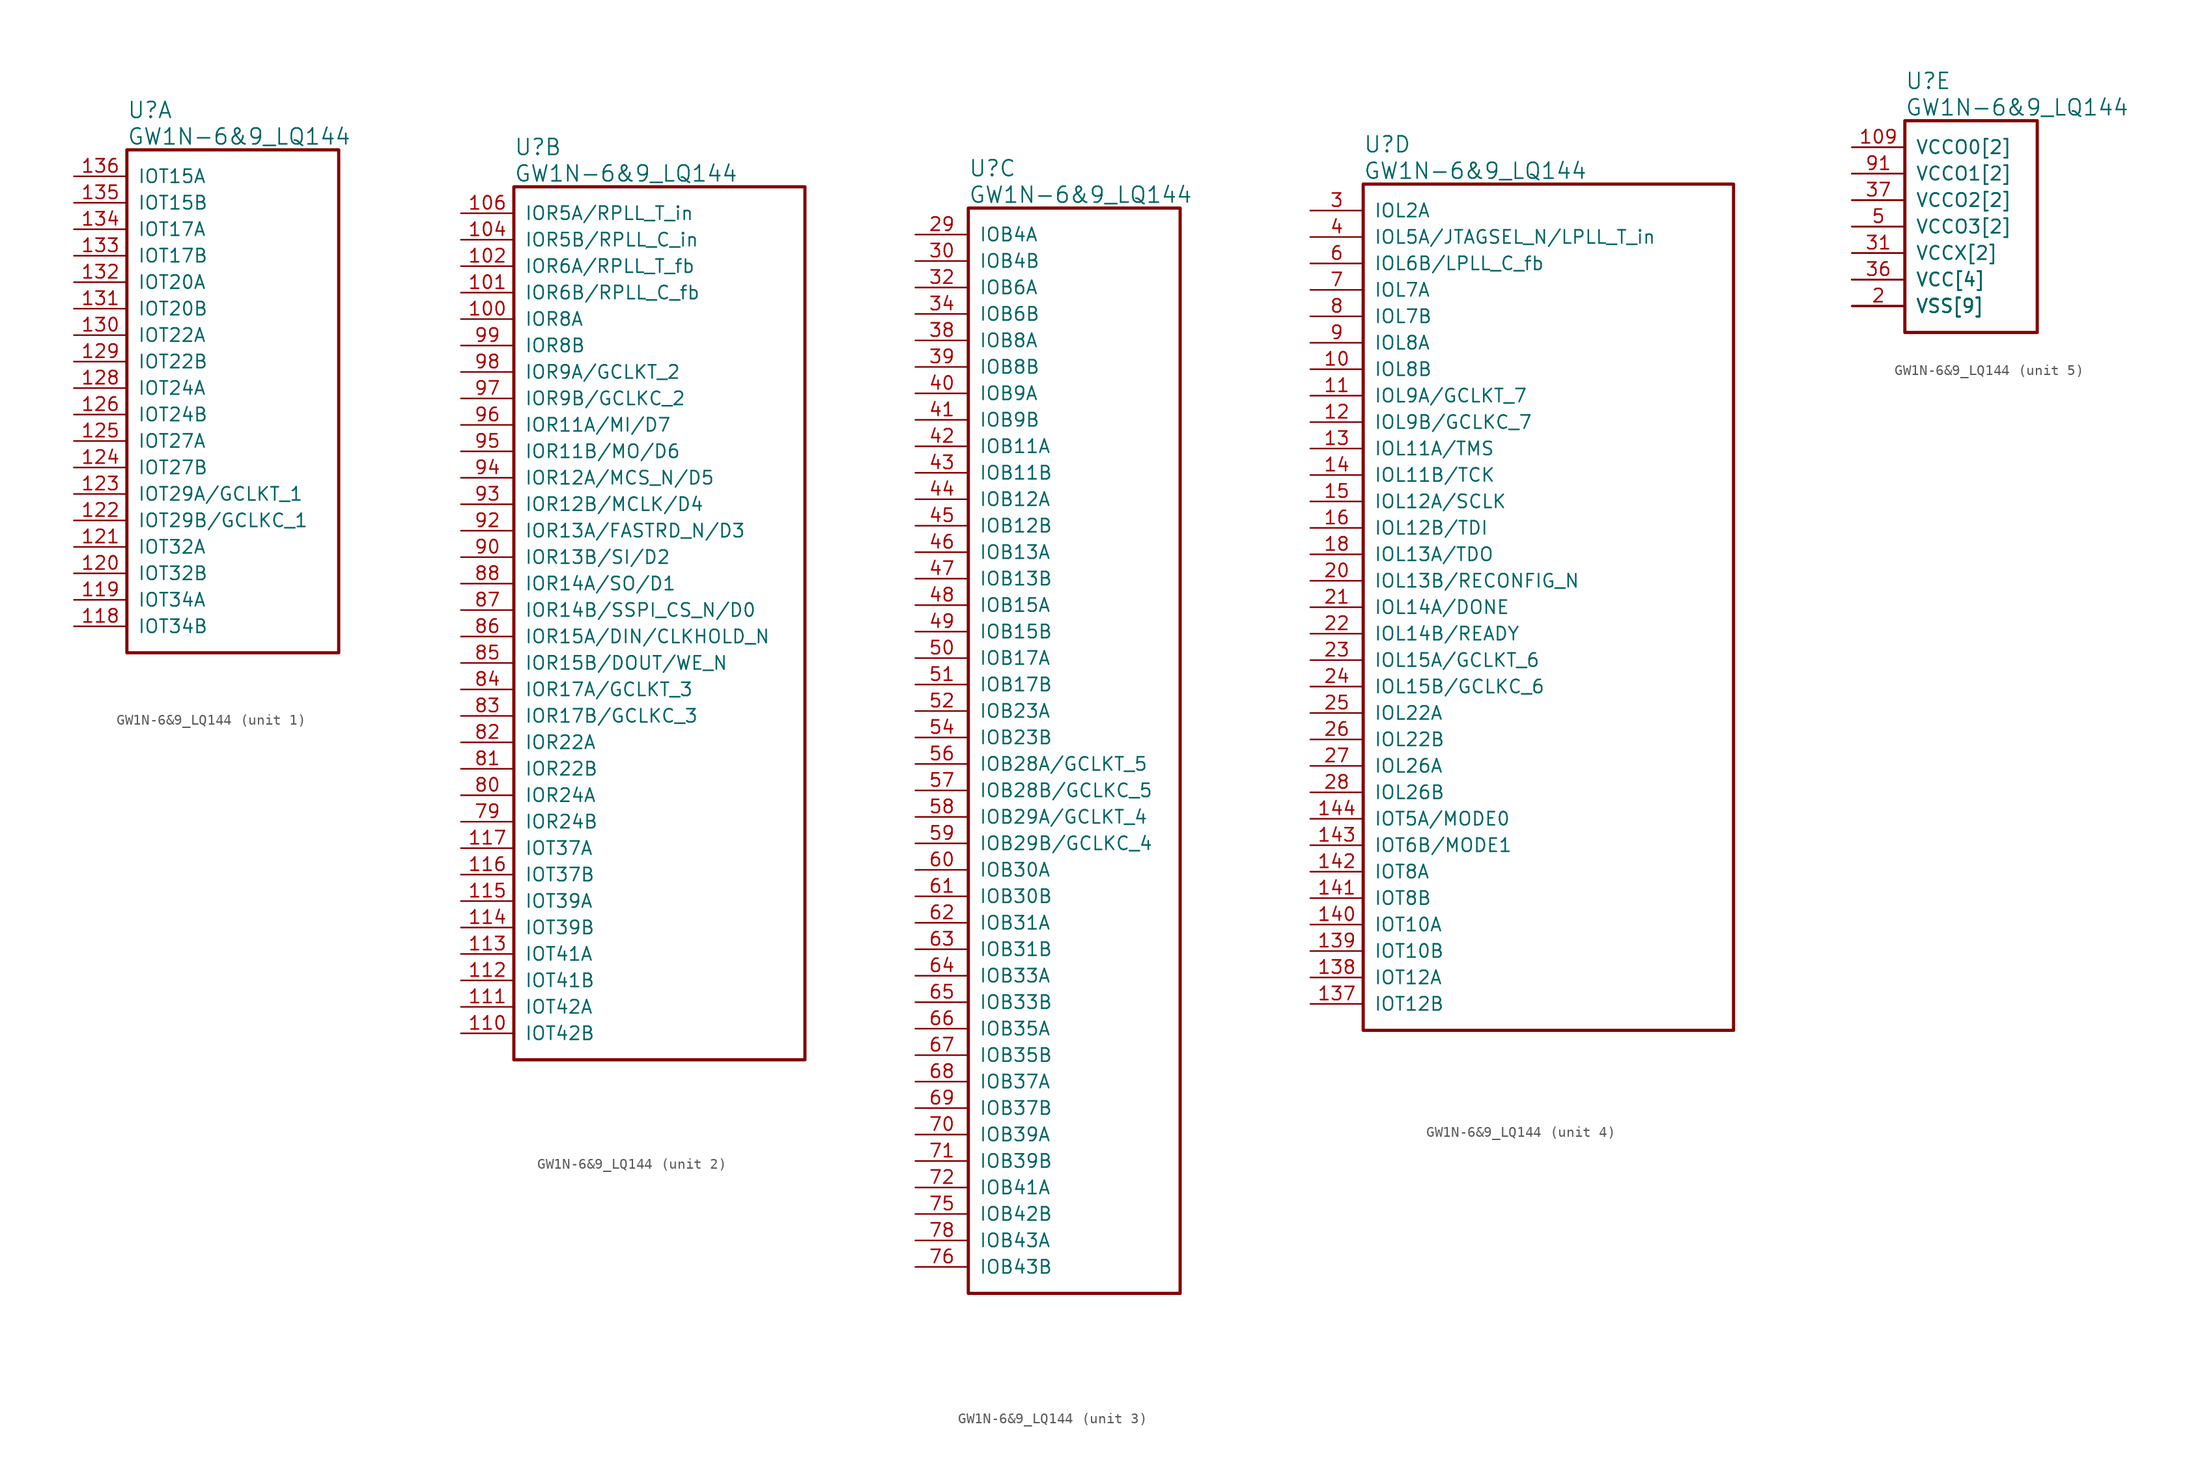
<source format=kicad_sym>
(kicad_symbol_lib
  (version 20211014)
  (generator kicad_symbol_editor)
  (symbol "GW1N-6&9_LQ144"
    (pin_names
      (offset 1.016))
    (property "Reference" "U"
      (at 5.08 6.35 0)
      (effects (font (size 1.524 1.524)) (justify left)))
    (property "Value" "GW1N-6&9_LQ144"
      (at 5.08 3.81 0)
      (effects (font (size 1.524 1.524)) (justify left)))
    (property "ki_locked" ""
      (at 0 0 0)
      (effects (font (size 1.27 1.27))))
    (symbol "GW1N-6&9_LQ144_1_1"
      (rectangle (start 5.08 2.54) (end 25.4 -45.72) (stroke (width 0.305) (type default) (color 0 0 0 0)) (fill (type none)))
      (pin bidirectional line (at 0 -43.18 0) (length 5.08) (name "IOT34B" (effects (font (size 1.27 1.27)))) (number "118" (effects (font (size 1.27 1.27)))))
      (pin bidirectional line (at 0 -40.64 0) (length 5.08) (name "IOT34A" (effects (font (size 1.27 1.27)))) (number "119" (effects (font (size 1.27 1.27)))))
      (pin bidirectional line (at 0 -38.1 0) (length 5.08) (name "IOT32B" (effects (font (size 1.27 1.27)))) (number "120" (effects (font (size 1.27 1.27)))))
      (pin bidirectional line (at 0 -35.56 0) (length 5.08) (name "IOT32A" (effects (font (size 1.27 1.27)))) (number "121" (effects (font (size 1.27 1.27)))))
      (pin bidirectional line (at 0 -33.02 0) (length 5.08) (name "IOT29B/GCLKC_1" (effects (font (size 1.27 1.27)))) (number "122" (effects (font (size 1.27 1.27)))))
      (pin bidirectional line (at 0 -30.48 0) (length 5.08) (name "IOT29A/GCLKT_1" (effects (font (size 1.27 1.27)))) (number "123" (effects (font (size 1.27 1.27)))))
      (pin bidirectional line (at 0 -27.94 0) (length 5.08) (name "IOT27B" (effects (font (size 1.27 1.27)))) (number "124" (effects (font (size 1.27 1.27)))))
      (pin bidirectional line (at 0 -25.4 0) (length 5.08) (name "IOT27A" (effects (font (size 1.27 1.27)))) (number "125" (effects (font (size 1.27 1.27)))))
      (pin bidirectional line (at 0 -22.86 0) (length 5.08) (name "IOT24B" (effects (font (size 1.27 1.27)))) (number "126" (effects (font (size 1.27 1.27)))))
      (pin bidirectional line (at 0 -20.32 0) (length 5.08) (name "IOT24A" (effects (font (size 1.27 1.27)))) (number "128" (effects (font (size 1.27 1.27)))))
      (pin bidirectional line (at 0 -17.78 0) (length 5.08) (name "IOT22B" (effects (font (size 1.27 1.27)))) (number "129" (effects (font (size 1.27 1.27)))))
      (pin bidirectional line (at 0 -15.24 0) (length 5.08) (name "IOT22A" (effects (font (size 1.27 1.27)))) (number "130" (effects (font (size 1.27 1.27)))))
      (pin bidirectional line (at 0 -12.7 0) (length 5.08) (name "IOT20B" (effects (font (size 1.27 1.27)))) (number "131" (effects (font (size 1.27 1.27)))))
      (pin bidirectional line (at 0 -10.16 0) (length 5.08) (name "IOT20A" (effects (font (size 1.27 1.27)))) (number "132" (effects (font (size 1.27 1.27)))))
      (pin bidirectional line (at 0 -7.62 0) (length 5.08) (name "IOT17B" (effects (font (size 1.27 1.27)))) (number "133" (effects (font (size 1.27 1.27)))))
      (pin bidirectional line (at 0 -5.08 0) (length 5.08) (name "IOT17A" (effects (font (size 1.27 1.27)))) (number "134" (effects (font (size 1.27 1.27)))))
      (pin bidirectional line (at 0 -2.54 0) (length 5.08) (name "IOT15B" (effects (font (size 1.27 1.27)))) (number "135" (effects (font (size 1.27 1.27)))))
      (pin bidirectional line (at 0 0 0) (length 5.08) (name "IOT15A" (effects (font (size 1.27 1.27)))) (number "136" (effects (font (size 1.27 1.27))))))
    (symbol "GW1N-6&9_LQ144_2_1"
      (rectangle (start 5.08 2.54) (end 33.02 -81.28) (stroke (width 0.305) (type default) (color 0 0 0 0)) (fill (type none)))
      (pin bidirectional line (at 0 -10.16 0) (length 5.08) (name "IOR8A" (effects (font (size 1.27 1.27)))) (number "100" (effects (font (size 1.27 1.27)))))
      (pin bidirectional line (at 0 -7.62 0) (length 5.08) (name "IOR6B/RPLL_C_fb" (effects (font (size 1.27 1.27)))) (number "101" (effects (font (size 1.27 1.27)))))
      (pin bidirectional line (at 0 -5.08 0) (length 5.08) (name "IOR6A/RPLL_T_fb" (effects (font (size 1.27 1.27)))) (number "102" (effects (font (size 1.27 1.27)))))
      (pin bidirectional line (at 0 -2.54 0) (length 5.08) (name "IOR5B/RPLL_C_in" (effects (font (size 1.27 1.27)))) (number "104" (effects (font (size 1.27 1.27)))))
      (pin bidirectional line (at 0 0 0) (length 5.08) (name "IOR5A/RPLL_T_in" (effects (font (size 1.27 1.27)))) (number "106" (effects (font (size 1.27 1.27)))))
      (pin bidirectional line (at 0 -78.74 0) (length 5.08) (name "IOT42B" (effects (font (size 1.27 1.27)))) (number "110" (effects (font (size 1.27 1.27)))))
      (pin bidirectional line (at 0 -76.2 0) (length 5.08) (name "IOT42A" (effects (font (size 1.27 1.27)))) (number "111" (effects (font (size 1.27 1.27)))))
      (pin bidirectional line (at 0 -73.66 0) (length 5.08) (name "IOT41B" (effects (font (size 1.27 1.27)))) (number "112" (effects (font (size 1.27 1.27)))))
      (pin bidirectional line (at 0 -71.12 0) (length 5.08) (name "IOT41A" (effects (font (size 1.27 1.27)))) (number "113" (effects (font (size 1.27 1.27)))))
      (pin bidirectional line (at 0 -68.58 0) (length 5.08) (name "IOT39B" (effects (font (size 1.27 1.27)))) (number "114" (effects (font (size 1.27 1.27)))))
      (pin bidirectional line (at 0 -66.04 0) (length 5.08) (name "IOT39A" (effects (font (size 1.27 1.27)))) (number "115" (effects (font (size 1.27 1.27)))))
      (pin bidirectional line (at 0 -63.5 0) (length 5.08) (name "IOT37B" (effects (font (size 1.27 1.27)))) (number "116" (effects (font (size 1.27 1.27)))))
      (pin bidirectional line (at 0 -60.96 0) (length 5.08) (name "IOT37A" (effects (font (size 1.27 1.27)))) (number "117" (effects (font (size 1.27 1.27)))))
      (pin bidirectional line (at 0 -58.42 0) (length 5.08) (name "IOR24B" (effects (font (size 1.27 1.27)))) (number "79" (effects (font (size 1.27 1.27)))))
      (pin bidirectional line (at 0 -55.88 0) (length 5.08) (name "IOR24A" (effects (font (size 1.27 1.27)))) (number "80" (effects (font (size 1.27 1.27)))))
      (pin bidirectional line (at 0 -53.34 0) (length 5.08) (name "IOR22B" (effects (font (size 1.27 1.27)))) (number "81" (effects (font (size 1.27 1.27)))))
      (pin bidirectional line (at 0 -50.8 0) (length 5.08) (name "IOR22A" (effects (font (size 1.27 1.27)))) (number "82" (effects (font (size 1.27 1.27)))))
      (pin bidirectional line (at 0 -48.26 0) (length 5.08) (name "IOR17B/GCLKC_3" (effects (font (size 1.27 1.27)))) (number "83" (effects (font (size 1.27 1.27)))))
      (pin bidirectional line (at 0 -45.72 0) (length 5.08) (name "IOR17A/GCLKT_3" (effects (font (size 1.27 1.27)))) (number "84" (effects (font (size 1.27 1.27)))))
      (pin bidirectional line (at 0 -43.18 0) (length 5.08) (name "IOR15B/DOUT/WE_N" (effects (font (size 1.27 1.27)))) (number "85" (effects (font (size 1.27 1.27)))))
      (pin bidirectional line (at 0 -40.64 0) (length 5.08) (name "IOR15A/DIN/CLKHOLD_N" (effects (font (size 1.27 1.27)))) (number "86" (effects (font (size 1.27 1.27)))))
      (pin bidirectional line (at 0 -38.1 0) (length 5.08) (name "IOR14B/SSPI_CS_N/D0" (effects (font (size 1.27 1.27)))) (number "87" (effects (font (size 1.27 1.27)))))
      (pin bidirectional line (at 0 -35.56 0) (length 5.08) (name "IOR14A/SO/D1" (effects (font (size 1.27 1.27)))) (number "88" (effects (font (size 1.27 1.27)))))
      (pin bidirectional line (at 0 -33.02 0) (length 5.08) (name "IOR13B/SI/D2" (effects (font (size 1.27 1.27)))) (number "90" (effects (font (size 1.27 1.27)))))
      (pin bidirectional line (at 0 -30.48 0) (length 5.08) (name "IOR13A/FASTRD_N/D3" (effects (font (size 1.27 1.27)))) (number "92" (effects (font (size 1.27 1.27)))))
      (pin bidirectional line (at 0 -27.94 0) (length 5.08) (name "IOR12B/MCLK/D4" (effects (font (size 1.27 1.27)))) (number "93" (effects (font (size 1.27 1.27)))))
      (pin bidirectional line (at 0 -25.4 0) (length 5.08) (name "IOR12A/MCS_N/D5" (effects (font (size 1.27 1.27)))) (number "94" (effects (font (size 1.27 1.27)))))
      (pin bidirectional line (at 0 -22.86 0) (length 5.08) (name "IOR11B/MO/D6" (effects (font (size 1.27 1.27)))) (number "95" (effects (font (size 1.27 1.27)))))
      (pin bidirectional line (at 0 -20.32 0) (length 5.08) (name "IOR11A/MI/D7" (effects (font (size 1.27 1.27)))) (number "96" (effects (font (size 1.27 1.27)))))
      (pin bidirectional line (at 0 -17.78 0) (length 5.08) (name "IOR9B/GCLKC_2" (effects (font (size 1.27 1.27)))) (number "97" (effects (font (size 1.27 1.27)))))
      (pin bidirectional line (at 0 -15.24 0) (length 5.08) (name "IOR9A/GCLKT_2" (effects (font (size 1.27 1.27)))) (number "98" (effects (font (size 1.27 1.27)))))
      (pin bidirectional line (at 0 -12.7 0) (length 5.08) (name "IOR8B" (effects (font (size 1.27 1.27)))) (number "99" (effects (font (size 1.27 1.27))))))
    (symbol "GW1N-6&9_LQ144_3_1"
      (rectangle (start 5.08 2.54) (end 25.4 -101.6) (stroke (width 0.305) (type default) (color 0 0 0 0)) (fill (type none)))
      (pin bidirectional line (at 0 0 0) (length 5.08) (name "IOB4A" (effects (font (size 1.27 1.27)))) (number "29" (effects (font (size 1.27 1.27)))))
      (pin bidirectional line (at 0 -2.54 0) (length 5.08) (name "IOB4B" (effects (font (size 1.27 1.27)))) (number "30" (effects (font (size 1.27 1.27)))))
      (pin bidirectional line (at 0 -5.08 0) (length 5.08) (name "IOB6A" (effects (font (size 1.27 1.27)))) (number "32" (effects (font (size 1.27 1.27)))))
      (pin bidirectional line (at 0 -7.62 0) (length 5.08) (name "IOB6B" (effects (font (size 1.27 1.27)))) (number "34" (effects (font (size 1.27 1.27)))))
      (pin bidirectional line (at 0 -10.16 0) (length 5.08) (name "IOB8A" (effects (font (size 1.27 1.27)))) (number "38" (effects (font (size 1.27 1.27)))))
      (pin bidirectional line (at 0 -12.7 0) (length 5.08) (name "IOB8B" (effects (font (size 1.27 1.27)))) (number "39" (effects (font (size 1.27 1.27)))))
      (pin bidirectional line (at 0 -15.24 0) (length 5.08) (name "IOB9A" (effects (font (size 1.27 1.27)))) (number "40" (effects (font (size 1.27 1.27)))))
      (pin bidirectional line (at 0 -17.78 0) (length 5.08) (name "IOB9B" (effects (font (size 1.27 1.27)))) (number "41" (effects (font (size 1.27 1.27)))))
      (pin bidirectional line (at 0 -20.32 0) (length 5.08) (name "IOB11A" (effects (font (size 1.27 1.27)))) (number "42" (effects (font (size 1.27 1.27)))))
      (pin bidirectional line (at 0 -22.86 0) (length 5.08) (name "IOB11B" (effects (font (size 1.27 1.27)))) (number "43" (effects (font (size 1.27 1.27)))))
      (pin bidirectional line (at 0 -25.4 0) (length 5.08) (name "IOB12A" (effects (font (size 1.27 1.27)))) (number "44" (effects (font (size 1.27 1.27)))))
      (pin bidirectional line (at 0 -27.94 0) (length 5.08) (name "IOB12B" (effects (font (size 1.27 1.27)))) (number "45" (effects (font (size 1.27 1.27)))))
      (pin bidirectional line (at 0 -30.48 0) (length 5.08) (name "IOB13A" (effects (font (size 1.27 1.27)))) (number "46" (effects (font (size 1.27 1.27)))))
      (pin bidirectional line (at 0 -33.02 0) (length 5.08) (name "IOB13B" (effects (font (size 1.27 1.27)))) (number "47" (effects (font (size 1.27 1.27)))))
      (pin bidirectional line (at 0 -35.56 0) (length 5.08) (name "IOB15A" (effects (font (size 1.27 1.27)))) (number "48" (effects (font (size 1.27 1.27)))))
      (pin bidirectional line (at 0 -38.1 0) (length 5.08) (name "IOB15B" (effects (font (size 1.27 1.27)))) (number "49" (effects (font (size 1.27 1.27)))))
      (pin bidirectional line (at 0 -40.64 0) (length 5.08) (name "IOB17A" (effects (font (size 1.27 1.27)))) (number "50" (effects (font (size 1.27 1.27)))))
      (pin bidirectional line (at 0 -43.18 0) (length 5.08) (name "IOB17B" (effects (font (size 1.27 1.27)))) (number "51" (effects (font (size 1.27 1.27)))))
      (pin bidirectional line (at 0 -45.72 0) (length 5.08) (name "IOB23A" (effects (font (size 1.27 1.27)))) (number "52" (effects (font (size 1.27 1.27)))))
      (pin bidirectional line (at 0 -48.26 0) (length 5.08) (name "IOB23B" (effects (font (size 1.27 1.27)))) (number "54" (effects (font (size 1.27 1.27)))))
      (pin bidirectional line (at 0 -50.8 0) (length 5.08) (name "IOB28A/GCLKT_5" (effects (font (size 1.27 1.27)))) (number "56" (effects (font (size 1.27 1.27)))))
      (pin bidirectional line (at 0 -53.34 0) (length 5.08) (name "IOB28B/GCLKC_5" (effects (font (size 1.27 1.27)))) (number "57" (effects (font (size 1.27 1.27)))))
      (pin bidirectional line (at 0 -55.88 0) (length 5.08) (name "IOB29A/GCLKT_4" (effects (font (size 1.27 1.27)))) (number "58" (effects (font (size 1.27 1.27)))))
      (pin bidirectional line (at 0 -58.42 0) (length 5.08) (name "IOB29B/GCLKC_4" (effects (font (size 1.27 1.27)))) (number "59" (effects (font (size 1.27 1.27)))))
      (pin bidirectional line (at 0 -60.96 0) (length 5.08) (name "IOB30A" (effects (font (size 1.27 1.27)))) (number "60" (effects (font (size 1.27 1.27)))))
      (pin bidirectional line (at 0 -63.5 0) (length 5.08) (name "IOB30B" (effects (font (size 1.27 1.27)))) (number "61" (effects (font (size 1.27 1.27)))))
      (pin bidirectional line (at 0 -66.04 0) (length 5.08) (name "IOB31A" (effects (font (size 1.27 1.27)))) (number "62" (effects (font (size 1.27 1.27)))))
      (pin bidirectional line (at 0 -68.58 0) (length 5.08) (name "IOB31B" (effects (font (size 1.27 1.27)))) (number "63" (effects (font (size 1.27 1.27)))))
      (pin bidirectional line (at 0 -71.12 0) (length 5.08) (name "IOB33A" (effects (font (size 1.27 1.27)))) (number "64" (effects (font (size 1.27 1.27)))))
      (pin bidirectional line (at 0 -73.66 0) (length 5.08) (name "IOB33B" (effects (font (size 1.27 1.27)))) (number "65" (effects (font (size 1.27 1.27)))))
      (pin bidirectional line (at 0 -76.2 0) (length 5.08) (name "IOB35A" (effects (font (size 1.27 1.27)))) (number "66" (effects (font (size 1.27 1.27)))))
      (pin bidirectional line (at 0 -78.74 0) (length 5.08) (name "IOB35B" (effects (font (size 1.27 1.27)))) (number "67" (effects (font (size 1.27 1.27)))))
      (pin bidirectional line (at 0 -81.28 0) (length 5.08) (name "IOB37A" (effects (font (size 1.27 1.27)))) (number "68" (effects (font (size 1.27 1.27)))))
      (pin bidirectional line (at 0 -83.82 0) (length 5.08) (name "IOB37B" (effects (font (size 1.27 1.27)))) (number "69" (effects (font (size 1.27 1.27)))))
      (pin bidirectional line (at 0 -86.36 0) (length 5.08) (name "IOB39A" (effects (font (size 1.27 1.27)))) (number "70" (effects (font (size 1.27 1.27)))))
      (pin bidirectional line (at 0 -88.9 0) (length 5.08) (name "IOB39B" (effects (font (size 1.27 1.27)))) (number "71" (effects (font (size 1.27 1.27)))))
      (pin bidirectional line (at 0 -91.44 0) (length 5.08) (name "IOB41A" (effects (font (size 1.27 1.27)))) (number "72" (effects (font (size 1.27 1.27)))))
      (pin bidirectional line (at 0 -93.98 0) (length 5.08) (name "IOB42B" (effects (font (size 1.27 1.27)))) (number "75" (effects (font (size 1.27 1.27)))))
      (pin bidirectional line (at 0 -99.06 0) (length 5.08) (name "IOB43B" (effects (font (size 1.27 1.27)))) (number "76" (effects (font (size 1.27 1.27)))))
      (pin bidirectional line (at 0 -96.52 0) (length 5.08) (name "IOB43A" (effects (font (size 1.27 1.27)))) (number "78" (effects (font (size 1.27 1.27))))))
    (symbol "GW1N-6&9_LQ144_4_1"
      (rectangle (start 5.08 2.54) (end 40.64 -78.74) (stroke (width 0.305) (type default) (color 0 0 0 0)) (fill (type none)))
      (pin bidirectional line (at 0 -15.24 0) (length 5.08) (name "IOL8B" (effects (font (size 1.27 1.27)))) (number "10" (effects (font (size 1.27 1.27)))))
      (pin bidirectional line (at 0 -17.78 0) (length 5.08) (name "IOL9A/GCLKT_7" (effects (font (size 1.27 1.27)))) (number "11" (effects (font (size 1.27 1.27)))))
      (pin bidirectional line (at 0 -20.32 0) (length 5.08) (name "IOL9B/GCLKC_7" (effects (font (size 1.27 1.27)))) (number "12" (effects (font (size 1.27 1.27)))))
      (pin bidirectional line (at 0 -22.86 0) (length 5.08) (name "IOL11A/TMS" (effects (font (size 1.27 1.27)))) (number "13" (effects (font (size 1.27 1.27)))))
      (pin bidirectional line (at 0 -76.2 0) (length 5.08) (name "IOT12B" (effects (font (size 1.27 1.27)))) (number "137" (effects (font (size 1.27 1.27)))))
      (pin bidirectional line (at 0 -73.66 0) (length 5.08) (name "IOT12A" (effects (font (size 1.27 1.27)))) (number "138" (effects (font (size 1.27 1.27)))))
      (pin bidirectional line (at 0 -71.12 0) (length 5.08) (name "IOT10B" (effects (font (size 1.27 1.27)))) (number "139" (effects (font (size 1.27 1.27)))))
      (pin bidirectional line (at 0 -25.4 0) (length 5.08) (name "IOL11B/TCK" (effects (font (size 1.27 1.27)))) (number "14" (effects (font (size 1.27 1.27)))))
      (pin bidirectional line (at 0 -68.58 0) (length 5.08) (name "IOT10A" (effects (font (size 1.27 1.27)))) (number "140" (effects (font (size 1.27 1.27)))))
      (pin bidirectional line (at 0 -66.04 0) (length 5.08) (name "IOT8B" (effects (font (size 1.27 1.27)))) (number "141" (effects (font (size 1.27 1.27)))))
      (pin bidirectional line (at 0 -63.5 0) (length 5.08) (name "IOT8A" (effects (font (size 1.27 1.27)))) (number "142" (effects (font (size 1.27 1.27)))))
      (pin bidirectional line (at 0 -60.96 0) (length 5.08) (name "IOT6B/MODE1" (effects (font (size 1.27 1.27)))) (number "143" (effects (font (size 1.27 1.27)))))
      (pin bidirectional line (at 0 -58.42 0) (length 5.08) (name "IOT5A/MODE0" (effects (font (size 1.27 1.27)))) (number "144" (effects (font (size 1.27 1.27)))))
      (pin bidirectional line (at 0 -27.94 0) (length 5.08) (name "IOL12A/SCLK" (effects (font (size 1.27 1.27)))) (number "15" (effects (font (size 1.27 1.27)))))
      (pin bidirectional line (at 0 -30.48 0) (length 5.08) (name "IOL12B/TDI" (effects (font (size 1.27 1.27)))) (number "16" (effects (font (size 1.27 1.27)))))
      (pin bidirectional line (at 0 -33.02 0) (length 5.08) (name "IOL13A/TDO" (effects (font (size 1.27 1.27)))) (number "18" (effects (font (size 1.27 1.27)))))
      (pin bidirectional line (at 0 -35.56 0) (length 5.08) (name "IOL13B/RECONFIG_N" (effects (font (size 1.27 1.27)))) (number "20" (effects (font (size 1.27 1.27)))))
      (pin bidirectional line (at 0 -38.1 0) (length 5.08) (name "IOL14A/DONE" (effects (font (size 1.27 1.27)))) (number "21" (effects (font (size 1.27 1.27)))))
      (pin bidirectional line (at 0 -40.64 0) (length 5.08) (name "IOL14B/READY" (effects (font (size 1.27 1.27)))) (number "22" (effects (font (size 1.27 1.27)))))
      (pin bidirectional line (at 0 -43.18 0) (length 5.08) (name "IOL15A/GCLKT_6" (effects (font (size 1.27 1.27)))) (number "23" (effects (font (size 1.27 1.27)))))
      (pin bidirectional line (at 0 -45.72 0) (length 5.08) (name "IOL15B/GCLKC_6" (effects (font (size 1.27 1.27)))) (number "24" (effects (font (size 1.27 1.27)))))
      (pin bidirectional line (at 0 -48.26 0) (length 5.08) (name "IOL22A" (effects (font (size 1.27 1.27)))) (number "25" (effects (font (size 1.27 1.27)))))
      (pin bidirectional line (at 0 -50.8 0) (length 5.08) (name "IOL22B" (effects (font (size 1.27 1.27)))) (number "26" (effects (font (size 1.27 1.27)))))
      (pin bidirectional line (at 0 -53.34 0) (length 5.08) (name "IOL26A" (effects (font (size 1.27 1.27)))) (number "27" (effects (font (size 1.27 1.27)))))
      (pin bidirectional line (at 0 -55.88 0) (length 5.08) (name "IOL26B" (effects (font (size 1.27 1.27)))) (number "28" (effects (font (size 1.27 1.27)))))
      (pin bidirectional line (at 0 0 0) (length 5.08) (name "IOL2A" (effects (font (size 1.27 1.27)))) (number "3" (effects (font (size 1.27 1.27)))))
      (pin bidirectional line (at 0 -2.54 0) (length 5.08) (name "IOL5A/JTAGSEL_N/LPLL_T_in" (effects (font (size 1.27 1.27)))) (number "4" (effects (font (size 1.27 1.27)))))
      (pin bidirectional line (at 0 -5.08 0) (length 5.08) (name "IOL6B/LPLL_C_fb" (effects (font (size 1.27 1.27)))) (number "6" (effects (font (size 1.27 1.27)))))
      (pin bidirectional line (at 0 -7.62 0) (length 5.08) (name "IOL7A" (effects (font (size 1.27 1.27)))) (number "7" (effects (font (size 1.27 1.27)))))
      (pin bidirectional line (at 0 -10.16 0) (length 5.08) (name "IOL7B" (effects (font (size 1.27 1.27)))) (number "8" (effects (font (size 1.27 1.27)))))
      (pin bidirectional line (at 0 -12.7 0) (length 5.08) (name "IOL8A" (effects (font (size 1.27 1.27)))) (number "9" (effects (font (size 1.27 1.27))))))
    (symbol "GW1N-6&9_LQ144_5_1"
      (rectangle (start 5.08 2.54) (end 17.78 -17.78) (stroke (width 0.305) (type default) (color 0 0 0 0)) (fill (type none)))
      (pin power_in line (at 0 -12.7 0) (length 5.08) (name "VCC[4]" (effects (font (size 1.27 1.27)))) (number "1" (effects (font (size 0 0)))))
      (pin power_in line (at 0 -2.54 0) (length 5.08) (name "VCCO1[2]" (effects (font (size 1.27 1.27)))) (number "103" (effects (font (size 0 0)))))
      (pin power_in line (at 0 -15.24 0) (length 5.08) (name "VSS[9]" (effects (font (size 1.27 1.27)))) (number "105" (effects (font (size 0 0)))))
      (pin power_in line (at 0 -15.24 0) (length 5.08) (name "VSS[9]" (effects (font (size 1.27 1.27)))) (number "107" (effects (font (size 0 0)))))
      (pin power_in line (at 0 -12.7 0) (length 5.08) (name "VCC[4]" (effects (font (size 1.27 1.27)))) (number "108" (effects (font (size 0 0)))))
      (pin power_in line (at 0 0 0) (length 5.08) (name "VCCO0[2]" (effects (font (size 1.27 1.27)))) (number "109" (effects (font (size 1.27 1.27)))))
      (pin power_in line (at 0 0 0) (length 5.08) (name "VCCO0[2]" (effects (font (size 1.27 1.27)))) (number "127" (effects (font (size 0 0)))))
      (pin power_in line (at 0 -15.24 0) (length 5.08) (name "VSS[9]" (effects (font (size 1.27 1.27)))) (number "17" (effects (font (size 0 0)))))
      (pin power_in line (at 0 -7.62 0) (length 5.08) (name "VCCO3[2]" (effects (font (size 1.27 1.27)))) (number "19" (effects (font (size 0 0)))))
      (pin power_in line (at 0 -15.24 0) (length 5.08) (name "VSS[9]" (effects (font (size 1.27 1.27)))) (number "2" (effects (font (size 1.27 1.27)))))
      (pin power_in line (at 0 -10.16 0) (length 5.08) (name "VCCX[2]" (effects (font (size 1.27 1.27)))) (number "31" (effects (font (size 1.27 1.27)))))
      (pin power_in line (at 0 -15.24 0) (length 5.08) (name "VSS[9]" (effects (font (size 1.27 1.27)))) (number "33" (effects (font (size 0 0)))))
      (pin power_in line (at 0 -15.24 0) (length 5.08) (name "VSS[9]" (effects (font (size 1.27 1.27)))) (number "35" (effects (font (size 0 0)))))
      (pin power_in line (at 0 -12.7 0) (length 5.08) (name "VCC[4]" (effects (font (size 1.27 1.27)))) (number "36" (effects (font (size 1.27 1.27)))))
      (pin power_in line (at 0 -5.08 0) (length 5.08) (name "VCCO2[2]" (effects (font (size 1.27 1.27)))) (number "37" (effects (font (size 1.27 1.27)))))
      (pin power_in line (at 0 -7.62 0) (length 5.08) (name "VCCO3[2]" (effects (font (size 1.27 1.27)))) (number "5" (effects (font (size 1.27 1.27)))))
      (pin power_in line (at 0 -15.24 0) (length 5.08) (name "VSS[9]" (effects (font (size 1.27 1.27)))) (number "53" (effects (font (size 0 0)))))
      (pin power_in line (at 0 -5.08 0) (length 5.08) (name "VCCO2[2]" (effects (font (size 1.27 1.27)))) (number "55" (effects (font (size 0 0)))))
      (pin power_in line (at 0 -12.7 0) (length 5.08) (name "VCC[4]" (effects (font (size 1.27 1.27)))) (number "73" (effects (font (size 0 0)))))
      (pin power_in line (at 0 -15.24 0) (length 5.08) (name "VSS[9]" (effects (font (size 1.27 1.27)))) (number "74" (effects (font (size 0 0)))))
      (pin power_in line (at 0 -10.16 0) (length 5.08) (name "VCCX[2]" (effects (font (size 1.27 1.27)))) (number "77" (effects (font (size 0 0)))))
      (pin power_in line (at 0 -15.24 0) (length 5.08) (name "VSS[9]" (effects (font (size 1.27 1.27)))) (number "89" (effects (font (size 0 0)))))
      (pin power_in line (at 0 -2.54 0) (length 5.08) (name "VCCO1[2]" (effects (font (size 1.27 1.27)))) (number "91" (effects (font (size 1.27 1.27))))))))
</source>
